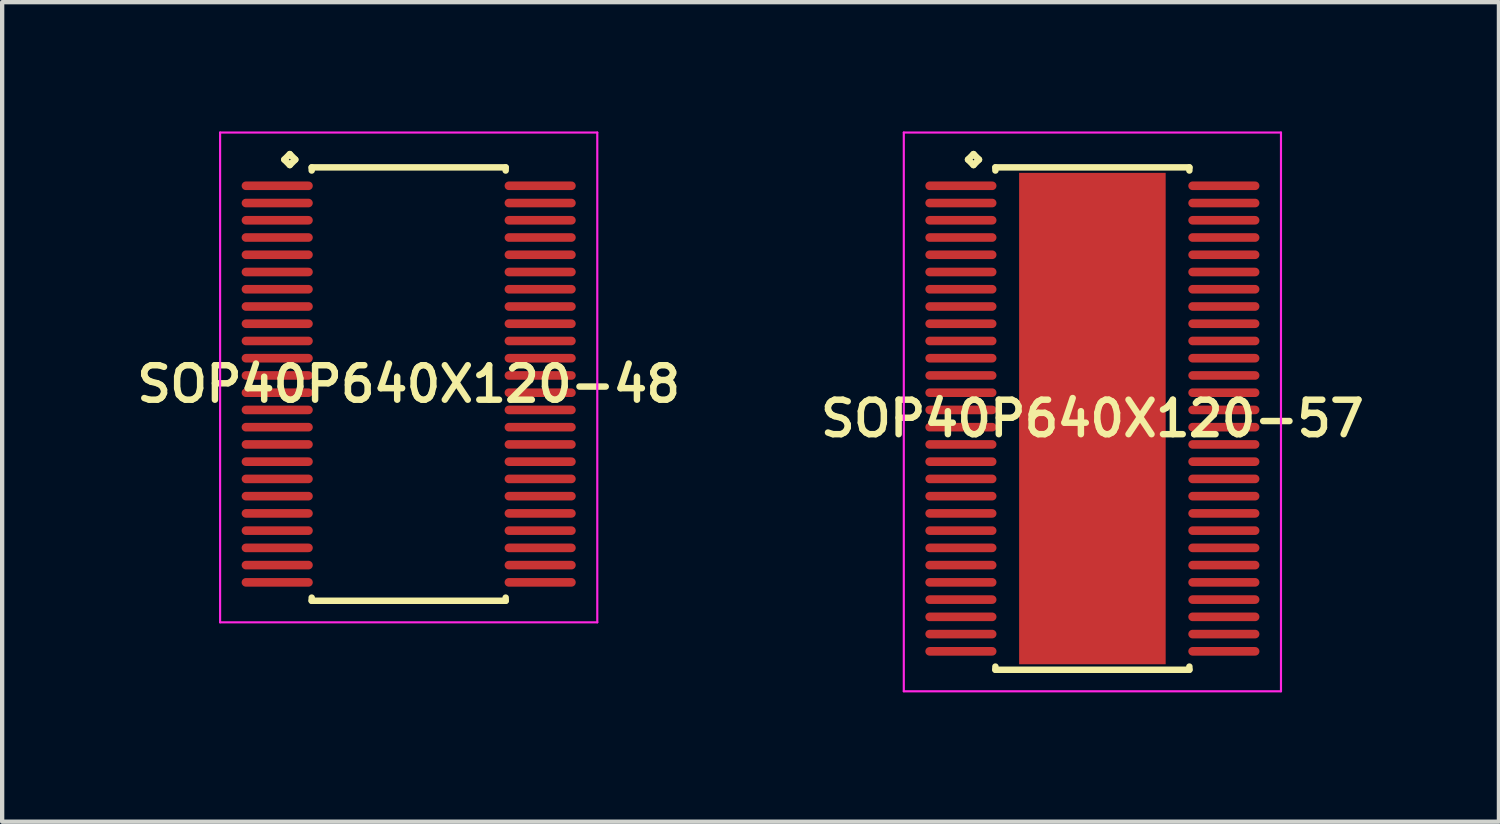
<source format=kicad_pcb>
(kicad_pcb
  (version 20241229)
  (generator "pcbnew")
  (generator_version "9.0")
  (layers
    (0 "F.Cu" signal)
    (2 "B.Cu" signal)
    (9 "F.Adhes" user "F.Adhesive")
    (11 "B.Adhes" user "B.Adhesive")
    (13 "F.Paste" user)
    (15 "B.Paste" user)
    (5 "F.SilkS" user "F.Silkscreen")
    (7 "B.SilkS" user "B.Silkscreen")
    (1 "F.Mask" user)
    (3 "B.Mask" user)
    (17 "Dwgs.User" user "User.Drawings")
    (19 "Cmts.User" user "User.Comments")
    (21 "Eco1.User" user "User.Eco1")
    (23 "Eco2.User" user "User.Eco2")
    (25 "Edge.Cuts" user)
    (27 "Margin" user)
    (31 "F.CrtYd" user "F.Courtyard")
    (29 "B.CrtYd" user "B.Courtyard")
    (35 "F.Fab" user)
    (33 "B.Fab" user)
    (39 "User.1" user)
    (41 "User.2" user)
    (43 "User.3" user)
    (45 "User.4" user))
  (footprint "SOP40P640X120-48"
    (layer "F.Cu")
    (at 6.431 5.86)
    (property "Reference" "SOP40P640X120-48" (at 0 0 0) (layer "F.SilkS") (effects (font (size 0.8 0.8) (thickness 0.15))))
    (attr smd)
    (fp_line (start -2.885 -5.208) (end -2.758 -5.335) (stroke (width 0.15) (type solid)) (layer "F.SilkS"))
    (fp_line (start -2.758 -5.335) (end -2.631 -5.208) (stroke (width 0.15) (type solid)) (layer "F.SilkS"))
    (fp_line (start -2.758 -5.081) (end -2.885 -5.208) (stroke (width 0.15) (type solid)) (layer "F.SilkS"))
    (fp_line (start -2.631 -5.208) (end -2.758 -5.081) (stroke (width 0.15) (type solid)) (layer "F.SilkS"))
    (fp_line (start -2.25 -5.027) (end 2.25 -5.027) (stroke (width 0.15) (type solid)) (layer "F.SilkS"))
    (fp_line (start -2.25 -4.954) (end -2.25 -5.027) (stroke (width 0.15) (type solid)) (layer "F.SilkS"))
    (fp_line (start -2.25 4.954) (end -2.25 5.027) (stroke (width 0.15) (type solid)) (layer "F.SilkS"))
    (fp_line (start -2.25 5.027) (end 2.25 5.027) (stroke (width 0.15) (type solid)) (layer "F.SilkS"))
    (fp_line (start 2.25 -5.027) (end 2.25 -4.954) (stroke (width 0.15) (type solid)) (layer "F.SilkS"))
    (fp_line (start 2.25 5.027) (end 2.25 4.954) (stroke (width 0.15) (type solid)) (layer "F.SilkS"))
    (fp_line (start -4.375 -5.835) (end 4.375 -5.835) (stroke (width 0.05) (type solid)) (layer "F.CrtYd"))
    (fp_line (start -4.375 5.527) (end -4.375 -5.835) (stroke (width 0.05) (type solid)) (layer "F.CrtYd"))
    (fp_line (start 4.375 -5.835) (end 4.375 5.527) (stroke (width 0.05) (type solid)) (layer "F.CrtYd"))
    (fp_line (start 4.375 5.527) (end -4.375 5.527) (stroke (width 0.05) (type solid)) (layer "F.CrtYd"))
    (pad "1" smd oval (at -3.05 -4.6) (size 1.65 0.2) (layers "F.Cu" "F.Mask" "F.Paste"))
    (pad "2" smd oval (at -3.05 -4.2) (size 1.65 0.2) (layers "F.Cu" "F.Mask" "F.Paste"))
    (pad "3" smd oval (at -3.05 -3.8) (size 1.65 0.2) (layers "F.Cu" "F.Mask" "F.Paste"))
    (pad "4" smd oval (at -3.05 -3.4) (size 1.65 0.2) (layers "F.Cu" "F.Mask" "F.Paste"))
    (pad "5" smd oval (at -3.05 -3) (size 1.65 0.2) (layers "F.Cu" "F.Mask" "F.Paste"))
    (pad "6" smd oval (at -3.05 -2.6) (size 1.65 0.2) (layers "F.Cu" "F.Mask" "F.Paste"))
    (pad "7" smd oval (at -3.05 -2.2) (size 1.65 0.2) (layers "F.Cu" "F.Mask" "F.Paste"))
    (pad "8" smd oval (at -3.05 -1.8) (size 1.65 0.2) (layers "F.Cu" "F.Mask" "F.Paste"))
    (pad "9" smd oval (at -3.05 -1.4) (size 1.65 0.2) (layers "F.Cu" "F.Mask" "F.Paste"))
    (pad "10" smd oval (at -3.05 -1) (size 1.65 0.2) (layers "F.Cu" "F.Mask" "F.Paste"))
    (pad "11" smd oval (at -3.05 -0.6) (size 1.65 0.2) (layers "F.Cu" "F.Mask" "F.Paste"))
    (pad "12" smd oval (at -3.05 -0.2) (size 1.65 0.2) (layers "F.Cu" "F.Mask" "F.Paste"))
    (pad "13" smd oval (at -3.05 0.2) (size 1.65 0.2) (layers "F.Cu" "F.Mask" "F.Paste"))
    (pad "14" smd oval (at -3.05 0.6) (size 1.65 0.2) (layers "F.Cu" "F.Mask" "F.Paste"))
    (pad "15" smd oval (at -3.05 1) (size 1.65 0.2) (layers "F.Cu" "F.Mask" "F.Paste"))
    (pad "16" smd oval (at -3.05 1.4) (size 1.65 0.2) (layers "F.Cu" "F.Mask" "F.Paste"))
    (pad "17" smd oval (at -3.05 1.8) (size 1.65 0.2) (layers "F.Cu" "F.Mask" "F.Paste"))
    (pad "18" smd oval (at -3.05 2.2) (size 1.65 0.2) (layers "F.Cu" "F.Mask" "F.Paste"))
    (pad "19" smd oval (at -3.05 2.6) (size 1.65 0.2) (layers "F.Cu" "F.Mask" "F.Paste"))
    (pad "20" smd oval (at -3.05 3) (size 1.65 0.2) (layers "F.Cu" "F.Mask" "F.Paste"))
    (pad "21" smd oval (at -3.05 3.4) (size 1.65 0.2) (layers "F.Cu" "F.Mask" "F.Paste"))
    (pad "22" smd oval (at -3.05 3.8) (size 1.65 0.2) (layers "F.Cu" "F.Mask" "F.Paste"))
    (pad "23" smd oval (at -3.05 4.2) (size 1.65 0.2) (layers "F.Cu" "F.Mask" "F.Paste"))
    (pad "24" smd oval (at -3.05 4.6) (size 1.65 0.2) (layers "F.Cu" "F.Mask" "F.Paste"))
    (pad "25" smd oval (at 3.05 4.6) (size 1.65 0.2) (layers "F.Cu" "F.Mask" "F.Paste"))
    (pad "26" smd oval (at 3.05 4.2) (size 1.65 0.2) (layers "F.Cu" "F.Mask" "F.Paste"))
    (pad "27" smd oval (at 3.05 3.8) (size 1.65 0.2) (layers "F.Cu" "F.Mask" "F.Paste"))
    (pad "28" smd oval (at 3.05 3.4) (size 1.65 0.2) (layers "F.Cu" "F.Mask" "F.Paste"))
    (pad "29" smd oval (at 3.05 3) (size 1.65 0.2) (layers "F.Cu" "F.Mask" "F.Paste"))
    (pad "30" smd oval (at 3.05 2.6) (size 1.65 0.2) (layers "F.Cu" "F.Mask" "F.Paste"))
    (pad "31" smd oval (at 3.05 2.2) (size 1.65 0.2) (layers "F.Cu" "F.Mask" "F.Paste"))
    (pad "32" smd oval (at 3.05 1.8) (size 1.65 0.2) (layers "F.Cu" "F.Mask" "F.Paste"))
    (pad "33" smd oval (at 3.05 1.4) (size 1.65 0.2) (layers "F.Cu" "F.Mask" "F.Paste"))
    (pad "34" smd oval (at 3.05 1) (size 1.65 0.2) (layers "F.Cu" "F.Mask" "F.Paste"))
    (pad "35" smd oval (at 3.05 0.6) (size 1.65 0.2) (layers "F.Cu" "F.Mask" "F.Paste"))
    (pad "36" smd oval (at 3.05 0.2) (size 1.65 0.2) (layers "F.Cu" "F.Mask" "F.Paste"))
    (pad "37" smd oval (at 3.05 -0.2) (size 1.65 0.2) (layers "F.Cu" "F.Mask" "F.Paste"))
    (pad "38" smd oval (at 3.05 -0.6) (size 1.65 0.2) (layers "F.Cu" "F.Mask" "F.Paste"))
    (pad "39" smd oval (at 3.05 -1) (size 1.65 0.2) (layers "F.Cu" "F.Mask" "F.Paste"))
    (pad "40" smd oval (at 3.05 -1.4) (size 1.65 0.2) (layers "F.Cu" "F.Mask" "F.Paste"))
    (pad "41" smd oval (at 3.05 -1.8) (size 1.65 0.2) (layers "F.Cu" "F.Mask" "F.Paste"))
    (pad "42" smd oval (at 3.05 -2.2) (size 1.65 0.2) (layers "F.Cu" "F.Mask" "F.Paste"))
    (pad "43" smd oval (at 3.05 -2.6) (size 1.65 0.2) (layers "F.Cu" "F.Mask" "F.Paste"))
    (pad "44" smd oval (at 3.05 -3) (size 1.65 0.2) (layers "F.Cu" "F.Mask" "F.Paste"))
    (pad "45" smd oval (at 3.05 -3.4) (size 1.65 0.2) (layers "F.Cu" "F.Mask" "F.Paste"))
    (pad "46" smd oval (at 3.05 -3.8) (size 1.65 0.2) (layers "F.Cu" "F.Mask" "F.Paste"))
    (pad "47" smd oval (at 3.05 -4.2) (size 1.65 0.2) (layers "F.Cu" "F.Mask" "F.Paste"))
    (pad "48" smd oval (at 3.05 -4.6) (size 1.65 0.2) (layers "F.Cu" "F.Mask" "F.Paste")))
  (footprint "SOP40P640X120-57"
    (layer "F.Cu")
    (at 22.292 6.66)
    (property "Reference" "SOP40P640X120-57" (at 0 0 0) (layer "F.SilkS") (effects (font (size 0.8 0.8) (thickness 0.15))))
    (attr smd)
    (fp_line (start -2.885 -6.008) (end -2.758 -6.135) (stroke (width 0.15) (type solid)) (layer "F.SilkS"))
    (fp_line (start -2.758 -6.135) (end -2.631 -6.008) (stroke (width 0.15) (type solid)) (layer "F.SilkS"))
    (fp_line (start -2.758 -5.881) (end -2.885 -6.008) (stroke (width 0.15) (type solid)) (layer "F.SilkS"))
    (fp_line (start -2.631 -6.008) (end -2.758 -5.881) (stroke (width 0.15) (type solid)) (layer "F.SilkS"))
    (fp_line (start -2.25 -5.827) (end 2.25 -5.827) (stroke (width 0.15) (type solid)) (layer "F.SilkS"))
    (fp_line (start -2.25 -5.754) (end -2.25 -5.827) (stroke (width 0.15) (type solid)) (layer "F.SilkS"))
    (fp_line (start -2.25 5.754) (end -2.25 5.827) (stroke (width 0.15) (type solid)) (layer "F.SilkS"))
    (fp_line (start -2.25 5.827) (end 2.25 5.827) (stroke (width 0.15) (type solid)) (layer "F.SilkS"))
    (fp_line (start 2.25 -5.827) (end 2.25 -5.754) (stroke (width 0.15) (type solid)) (layer "F.SilkS"))
    (fp_line (start 2.25 5.827) (end 2.25 5.754) (stroke (width 0.15) (type solid)) (layer "F.SilkS"))
    (fp_line (start -4.375 -6.635) (end 4.375 -6.635) (stroke (width 0.05) (type solid)) (layer "F.CrtYd"))
    (fp_line (start -4.375 6.327) (end -4.375 -6.635) (stroke (width 0.05) (type solid)) (layer "F.CrtYd"))
    (fp_line (start 4.375 -6.635) (end 4.375 6.327) (stroke (width 0.05) (type solid)) (layer "F.CrtYd"))
    (fp_line (start 4.375 6.327) (end -4.375 6.327) (stroke (width 0.05) (type solid)) (layer "F.CrtYd"))
    (pad "1" smd oval (at -3.05 -5.4) (size 1.65 0.2) (layers "F.Cu" "F.Mask" "F.Paste"))
    (pad "2" smd oval (at -3.05 -5) (size 1.65 0.2) (layers "F.Cu" "F.Mask" "F.Paste"))
    (pad "3" smd oval (at -3.05 -4.6) (size 1.65 0.2) (layers "F.Cu" "F.Mask" "F.Paste"))
    (pad "4" smd oval (at -3.05 -4.2) (size 1.65 0.2) (layers "F.Cu" "F.Mask" "F.Paste"))
    (pad "5" smd oval (at -3.05 -3.8) (size 1.65 0.2) (layers "F.Cu" "F.Mask" "F.Paste"))
    (pad "6" smd oval (at -3.05 -3.4) (size 1.65 0.2) (layers "F.Cu" "F.Mask" "F.Paste"))
    (pad "7" smd oval (at -3.05 -3) (size 1.65 0.2) (layers "F.Cu" "F.Mask" "F.Paste"))
    (pad "8" smd oval (at -3.05 -2.6) (size 1.65 0.2) (layers "F.Cu" "F.Mask" "F.Paste"))
    (pad "9" smd oval (at -3.05 -2.2) (size 1.65 0.2) (layers "F.Cu" "F.Mask" "F.Paste"))
    (pad "10" smd oval (at -3.05 -1.8) (size 1.65 0.2) (layers "F.Cu" "F.Mask" "F.Paste"))
    (pad "11" smd oval (at -3.05 -1.4) (size 1.65 0.2) (layers "F.Cu" "F.Mask" "F.Paste"))
    (pad "12" smd oval (at -3.05 -1) (size 1.65 0.2) (layers "F.Cu" "F.Mask" "F.Paste"))
    (pad "13" smd oval (at -3.05 -0.6) (size 1.65 0.2) (layers "F.Cu" "F.Mask" "F.Paste"))
    (pad "14" smd oval (at -3.05 -0.2) (size 1.65 0.2) (layers "F.Cu" "F.Mask" "F.Paste"))
    (pad "15" smd oval (at -3.05 0.2) (size 1.65 0.2) (layers "F.Cu" "F.Mask" "F.Paste"))
    (pad "16" smd oval (at -3.05 0.6) (size 1.65 0.2) (layers "F.Cu" "F.Mask" "F.Paste"))
    (pad "17" smd oval (at -3.05 1) (size 1.65 0.2) (layers "F.Cu" "F.Mask" "F.Paste"))
    (pad "18" smd oval (at -3.05 1.4) (size 1.65 0.2) (layers "F.Cu" "F.Mask" "F.Paste"))
    (pad "19" smd oval (at -3.05 1.8) (size 1.65 0.2) (layers "F.Cu" "F.Mask" "F.Paste"))
    (pad "20" smd oval (at -3.05 2.2) (size 1.65 0.2) (layers "F.Cu" "F.Mask" "F.Paste"))
    (pad "21" smd oval (at -3.05 2.6) (size 1.65 0.2) (layers "F.Cu" "F.Mask" "F.Paste"))
    (pad "22" smd oval (at -3.05 3) (size 1.65 0.2) (layers "F.Cu" "F.Mask" "F.Paste"))
    (pad "23" smd oval (at -3.05 3.4) (size 1.65 0.2) (layers "F.Cu" "F.Mask" "F.Paste"))
    (pad "24" smd oval (at -3.05 3.8) (size 1.65 0.2) (layers "F.Cu" "F.Mask" "F.Paste"))
    (pad "25" smd oval (at -3.05 4.2) (size 1.65 0.2) (layers "F.Cu" "F.Mask" "F.Paste"))
    (pad "26" smd oval (at -3.05 4.6) (size 1.65 0.2) (layers "F.Cu" "F.Mask" "F.Paste"))
    (pad "27" smd oval (at -3.05 5) (size 1.65 0.2) (layers "F.Cu" "F.Mask" "F.Paste"))
    (pad "28" smd oval (at -3.05 5.4) (size 1.65 0.2) (layers "F.Cu" "F.Mask" "F.Paste"))
    (pad "29" smd oval (at 3.05 5.4) (size 1.65 0.2) (layers "F.Cu" "F.Mask" "F.Paste"))
    (pad "30" smd oval (at 3.05 5) (size 1.65 0.2) (layers "F.Cu" "F.Mask" "F.Paste"))
    (pad "31" smd oval (at 3.05 4.6) (size 1.65 0.2) (layers "F.Cu" "F.Mask" "F.Paste"))
    (pad "32" smd oval (at 3.05 4.2) (size 1.65 0.2) (layers "F.Cu" "F.Mask" "F.Paste"))
    (pad "33" smd oval (at 3.05 3.8) (size 1.65 0.2) (layers "F.Cu" "F.Mask" "F.Paste"))
    (pad "34" smd oval (at 3.05 3.4) (size 1.65 0.2) (layers "F.Cu" "F.Mask" "F.Paste"))
    (pad "35" smd oval (at 3.05 3) (size 1.65 0.2) (layers "F.Cu" "F.Mask" "F.Paste"))
    (pad "36" smd oval (at 3.05 2.6) (size 1.65 0.2) (layers "F.Cu" "F.Mask" "F.Paste"))
    (pad "37" smd oval (at 3.05 2.2) (size 1.65 0.2) (layers "F.Cu" "F.Mask" "F.Paste"))
    (pad "38" smd oval (at 3.05 1.8) (size 1.65 0.2) (layers "F.Cu" "F.Mask" "F.Paste"))
    (pad "39" smd oval (at 3.05 1.4) (size 1.65 0.2) (layers "F.Cu" "F.Mask" "F.Paste"))
    (pad "40" smd oval (at 3.05 1) (size 1.65 0.2) (layers "F.Cu" "F.Mask" "F.Paste"))
    (pad "41" smd oval (at 3.05 0.6) (size 1.65 0.2) (layers "F.Cu" "F.Mask" "F.Paste"))
    (pad "42" smd oval (at 3.05 0.2) (size 1.65 0.2) (layers "F.Cu" "F.Mask" "F.Paste"))
    (pad "43" smd oval (at 3.05 -0.2) (size 1.65 0.2) (layers "F.Cu" "F.Mask" "F.Paste"))
    (pad "44" smd oval (at 3.05 -0.6) (size 1.65 0.2) (layers "F.Cu" "F.Mask" "F.Paste"))
    (pad "45" smd oval (at 3.05 -1) (size 1.65 0.2) (layers "F.Cu" "F.Mask" "F.Paste"))
    (pad "46" smd oval (at 3.05 -1.4) (size 1.65 0.2) (layers "F.Cu" "F.Mask" "F.Paste"))
    (pad "47" smd oval (at 3.05 -1.8) (size 1.65 0.2) (layers "F.Cu" "F.Mask" "F.Paste"))
    (pad "48" smd oval (at 3.05 -2.2) (size 1.65 0.2) (layers "F.Cu" "F.Mask" "F.Paste"))
    (pad "49" smd oval (at 3.05 -2.6) (size 1.65 0.2) (layers "F.Cu" "F.Mask" "F.Paste"))
    (pad "50" smd oval (at 3.05 -3) (size 1.65 0.2) (layers "F.Cu" "F.Mask" "F.Paste"))
    (pad "51" smd oval (at 3.05 -3.4) (size 1.65 0.2) (layers "F.Cu" "F.Mask" "F.Paste"))
    (pad "52" smd oval (at 3.05 -3.8) (size 1.65 0.2) (layers "F.Cu" "F.Mask" "F.Paste"))
    (pad "53" smd oval (at 3.05 -4.2) (size 1.65 0.2) (layers "F.Cu" "F.Mask" "F.Paste"))
    (pad "54" smd oval (at 3.05 -4.6) (size 1.65 0.2) (layers "F.Cu" "F.Mask" "F.Paste"))
    (pad "55" smd oval (at 3.05 -5) (size 1.65 0.2) (layers "F.Cu" "F.Mask" "F.Paste"))
    (pad "56" smd oval (at 3.05 -5.4) (size 1.65 0.2) (layers "F.Cu" "F.Mask" "F.Paste"))
    (pad "57" smd rect (at 0 0) (size 3.4 11.4) (layers "F.Cu" "F.Mask" "F.Paste")))
  (gr_rect
    (start -3 -3)
    (end 31.723 16.012)
    (stroke (width 0.1) (type default))
    (fill no)
    (layer "Edge.Cuts")))
</source>
